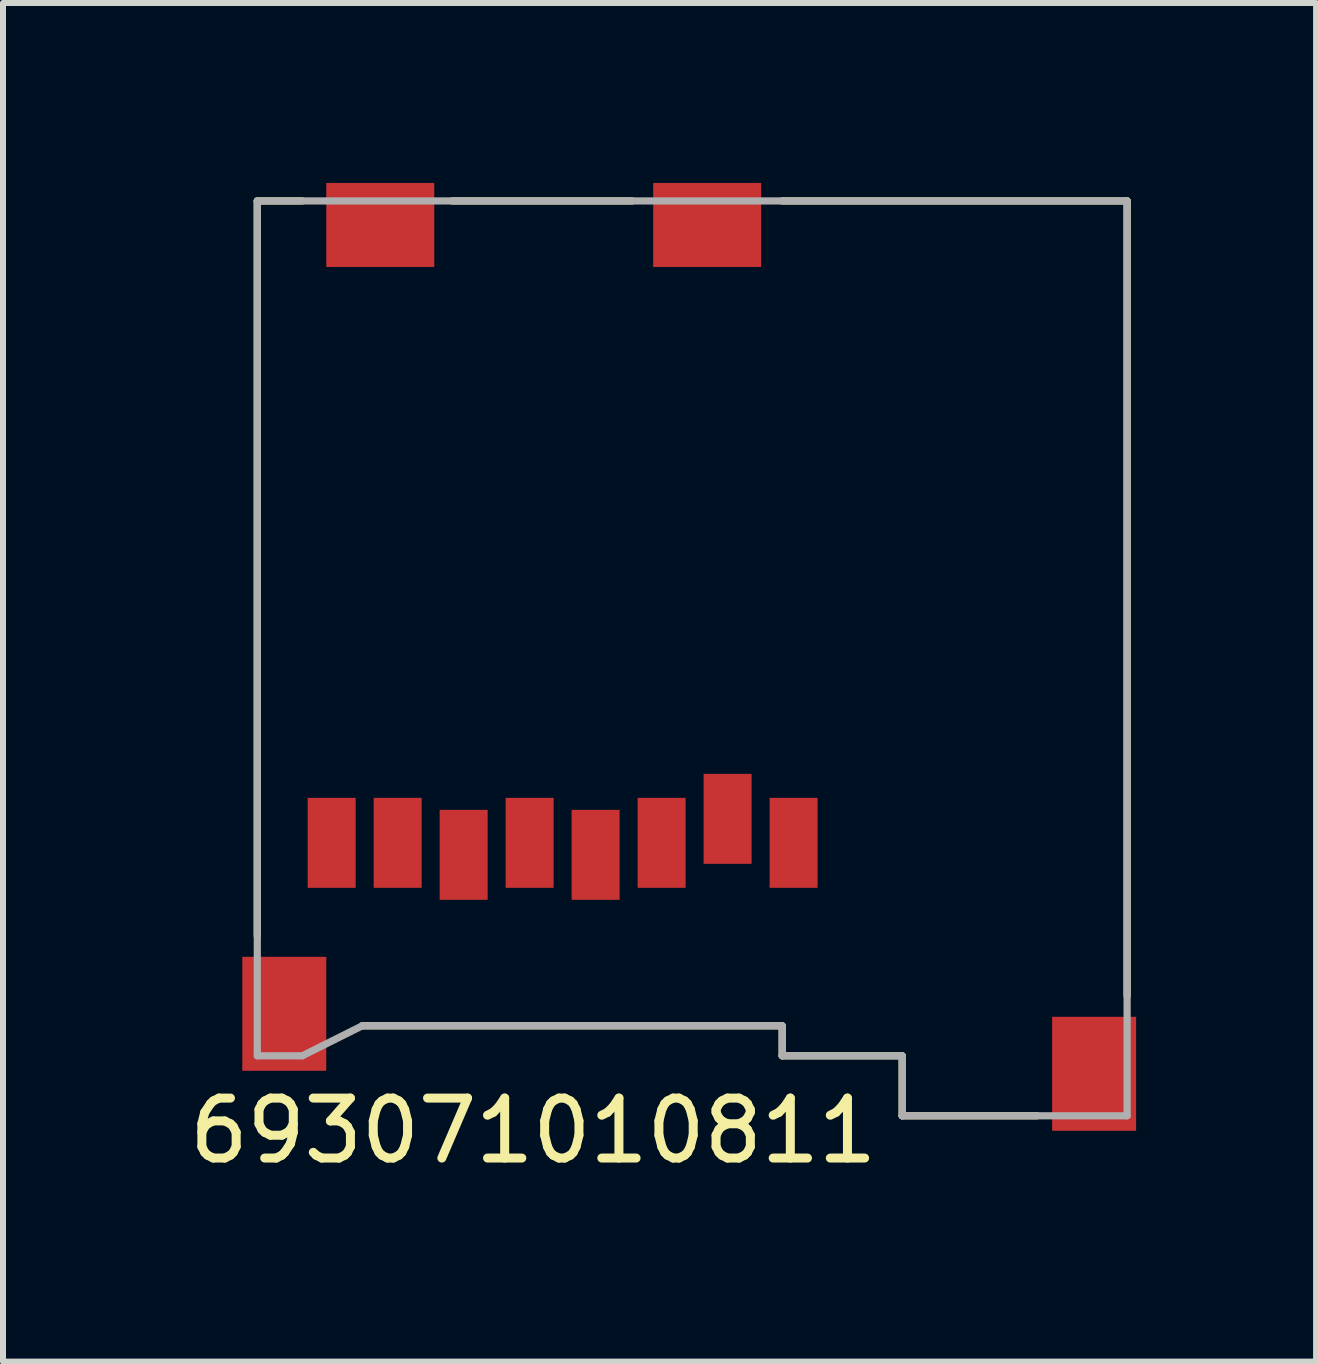
<source format=kicad_pcb>
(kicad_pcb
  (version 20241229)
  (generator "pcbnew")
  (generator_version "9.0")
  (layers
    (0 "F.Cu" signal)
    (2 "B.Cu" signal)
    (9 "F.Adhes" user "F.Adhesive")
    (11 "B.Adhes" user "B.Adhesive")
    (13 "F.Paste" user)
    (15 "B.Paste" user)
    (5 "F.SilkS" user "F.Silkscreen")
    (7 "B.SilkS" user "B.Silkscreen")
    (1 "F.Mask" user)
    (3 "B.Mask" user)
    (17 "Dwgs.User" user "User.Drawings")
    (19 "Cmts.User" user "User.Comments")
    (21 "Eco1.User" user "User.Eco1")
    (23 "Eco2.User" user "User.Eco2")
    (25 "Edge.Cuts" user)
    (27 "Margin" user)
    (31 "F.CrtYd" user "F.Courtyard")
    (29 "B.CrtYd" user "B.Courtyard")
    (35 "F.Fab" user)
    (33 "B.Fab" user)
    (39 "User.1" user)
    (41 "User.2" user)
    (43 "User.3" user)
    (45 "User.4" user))
  (footprint "693071010811"
    (layer "F.Cu")
    (at 1.239 0.3)
    (property "Reference" "693071010811" (at 4.6 15.5 0) (layer "F.SilkS") (effects (font (size 1 1) (thickness 0.15))))
    (attr through_hole)
    (fp_line (start 0 0) (end 0.75 0) (stroke (width 0.12) (type solid)) (layer "F.SilkS"))
    (fp_line (start 0 12.25) (end 0 0) (stroke (width 0.12) (type solid)) (layer "F.SilkS"))
    (fp_line (start 3.25 0) (end 6.25 0) (stroke (width 0.12) (type solid)) (layer "F.SilkS"))
    (fp_line (start 8.75 0) (end 14.5 0) (stroke (width 0.12) (type solid)) (layer "F.SilkS"))
    (fp_line (start 8.75 13.75) (end 1.75 13.75) (stroke (width 0.12) (type solid)) (layer "F.SilkS"))
    (fp_line (start 8.75 14.25) (end 8.75 13.75) (stroke (width 0.12) (type solid)) (layer "F.SilkS"))
    (fp_line (start 10.75 14.25) (end 8.75 14.25) (stroke (width 0.12) (type solid)) (layer "F.SilkS"))
    (fp_line (start 10.75 15.25) (end 10.75 14.25) (stroke (width 0.12) (type solid)) (layer "F.SilkS"))
    (fp_line (start 13 15.25) (end 10.75 15.25) (stroke (width 0.12) (type solid)) (layer "F.SilkS"))
    (fp_line (start 14.5 0) (end 14.5 13.25) (stroke (width 0.12) (type solid)) (layer "F.SilkS"))
    (fp_line (start 0 0) (end 14.5 0) (stroke (width 0.12) (type solid)) (layer "F.Fab"))
    (fp_line (start 0 14.25) (end 0 0) (stroke (width 0.12) (type solid)) (layer "F.Fab"))
    (fp_line (start 0.75 14.25) (end 0 14.25) (stroke (width 0.12) (type solid)) (layer "F.Fab"))
    (fp_line (start 1.75 13.75) (end 0.75 14.25) (stroke (width 0.12) (type solid)) (layer "F.Fab"))
    (fp_line (start 8.75 13.75) (end 1.75 13.75) (stroke (width 0.12) (type solid)) (layer "F.Fab"))
    (fp_line (start 8.75 14.25) (end 8.75 13.75) (stroke (width 0.12) (type solid)) (layer "F.Fab"))
    (fp_line (start 10.75 14.25) (end 8.75 14.25) (stroke (width 0.12) (type solid)) (layer "F.Fab"))
    (fp_line (start 10.75 15.25) (end 10.75 14.25) (stroke (width 0.12) (type solid)) (layer "F.Fab"))
    (fp_line (start 14.5 0) (end 14.5 15.25) (stroke (width 0.12) (type solid)) (layer "F.Fab"))
    (fp_line (start 14.5 15.25) (end 10.75 15.25) (stroke (width 0.12) (type solid)) (layer "F.Fab"))
    (pad "1" smd rect (at 8.94 10.7) (size 0.8 1.5) (layers "F.Cu" "F.Mask" "F.Paste"))
    (pad "2" smd rect (at 7.84 10.3) (size 0.8 1.5) (layers "F.Cu" "F.Mask" "F.Paste"))
    (pad "3" smd rect (at 6.74 10.7) (size 0.8 1.5) (layers "F.Cu" "F.Mask" "F.Paste"))
    (pad "4" smd rect (at 5.64 10.9) (size 0.8 1.5) (layers "F.Cu" "F.Mask" "F.Paste"))
    (pad "5" smd rect (at 4.54 10.7) (size 0.8 1.5) (layers "F.Cu" "F.Mask" "F.Paste"))
    (pad "6" smd rect (at 3.44 10.9) (size 0.8 1.5) (layers "F.Cu" "F.Mask" "F.Paste"))
    (pad "7" smd rect (at 2.34 10.7) (size 0.8 1.5) (layers "F.Cu" "F.Mask" "F.Paste"))
    (pad "8" smd rect (at 1.24 10.7) (size 0.8 1.5) (layers "F.Cu" "F.Mask" "F.Paste"))
    (pad "9" smd rect (at 0.45 13.55) (size 1.4 1.9) (layers "F.Cu" "F.Mask" "F.Paste"))
    (pad "9" smd rect (at 2.05 0.4) (size 1.8 1.4) (layers "F.Cu" "F.Mask" "F.Paste"))
    (pad "9" smd rect (at 7.5 0.4) (size 1.8 1.4) (layers "F.Cu" "F.Mask" "F.Paste"))
    (pad "9" smd rect (at 13.95 14.55) (size 1.4 1.9) (layers "F.Cu" "F.Mask" "F.Paste")))
  (gr_rect
    (start -3 -3)
    (end 18.889 19.648)
    (stroke (width 0.1) (type default))
    (fill no)
    (layer "Edge.Cuts")))
</source>
